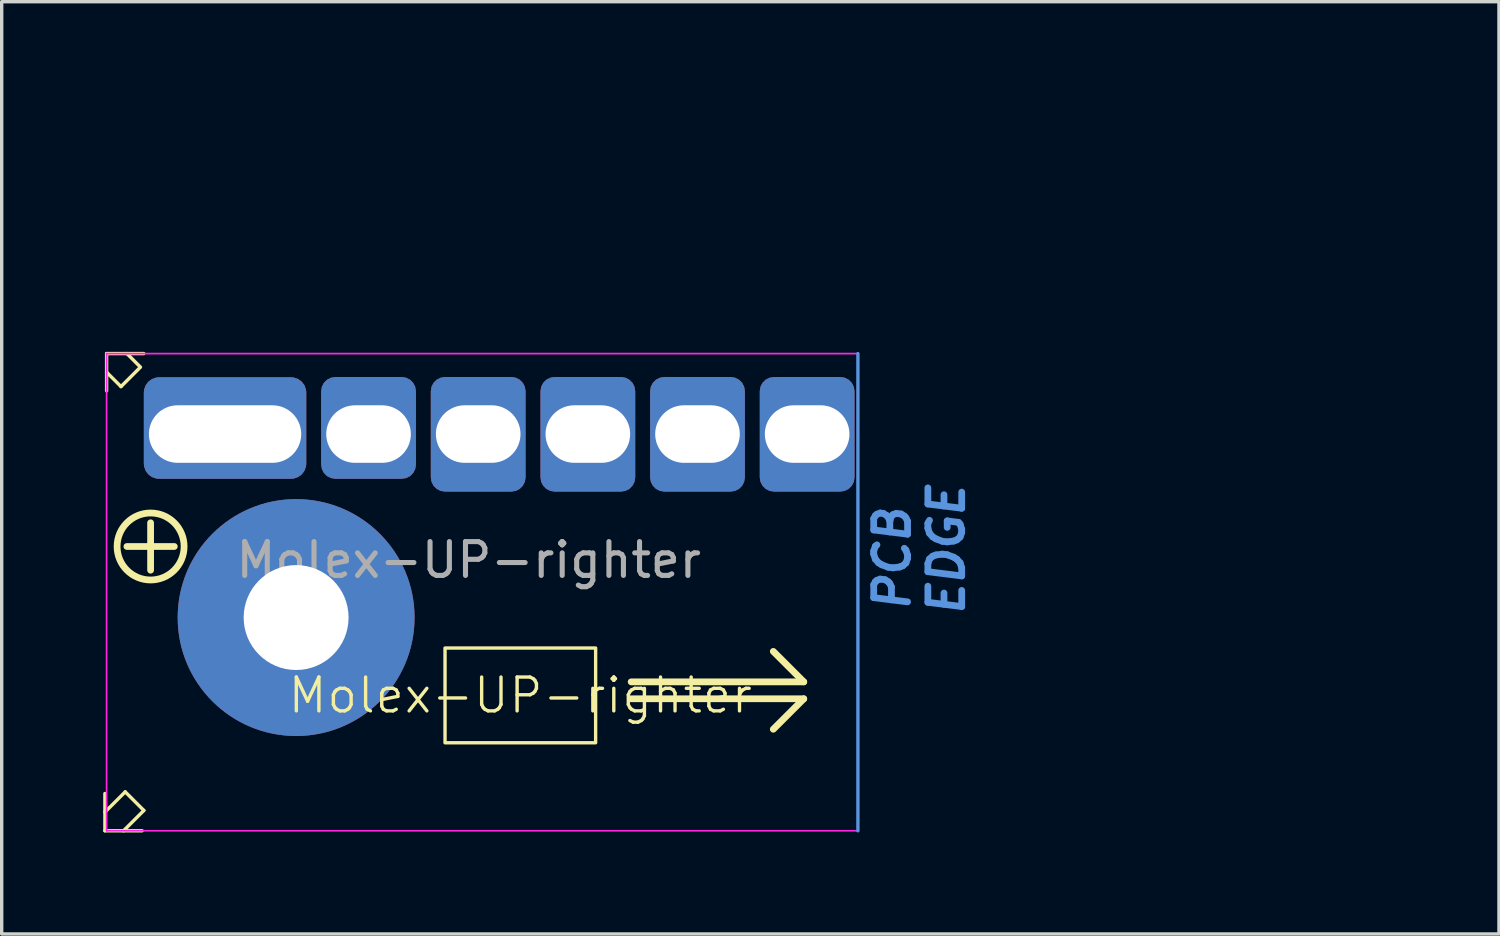
<source format=kicad_pcb>
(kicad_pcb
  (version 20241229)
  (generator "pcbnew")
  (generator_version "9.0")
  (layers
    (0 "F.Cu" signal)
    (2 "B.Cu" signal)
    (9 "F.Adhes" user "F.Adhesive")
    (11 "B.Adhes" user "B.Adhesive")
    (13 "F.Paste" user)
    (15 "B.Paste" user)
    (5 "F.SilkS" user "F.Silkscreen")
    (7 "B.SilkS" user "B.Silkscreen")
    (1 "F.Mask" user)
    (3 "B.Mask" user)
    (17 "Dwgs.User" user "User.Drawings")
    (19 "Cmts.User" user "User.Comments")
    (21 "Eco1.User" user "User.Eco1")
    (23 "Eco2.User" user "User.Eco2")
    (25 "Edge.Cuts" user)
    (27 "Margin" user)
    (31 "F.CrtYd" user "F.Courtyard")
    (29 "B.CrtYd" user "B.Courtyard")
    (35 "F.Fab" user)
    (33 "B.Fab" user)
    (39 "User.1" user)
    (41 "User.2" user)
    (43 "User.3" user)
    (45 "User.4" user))
  (footprint "Molex-UP-righter"
    (layer "F.Cu")
    (at 10.8 9.898)
    (property "Reference" "Molex-UP-righter" (at 1.525 7.6 0) (unlocked yes) (layer "F.SilkS") (effects (font (size 1 1) (thickness 0.1))))
    (attr smd)
    (fp_line (start -7.3 3.2) (end -6.5 4) (stroke (width 0.7) (type solid)) (layer "B.Mask"))
    (fp_line (start -7.2 7.5) (end -6.4 6.7) (stroke (width 0.7) (type solid)) (layer "B.Mask"))
    (fp_line (start -7.034 5.3) (end -8.166 5.3) (stroke (width 0.7) (type solid)) (layer "B.Mask"))
    (fp_line (start -5.1 3.366) (end -5.1 2.234) (stroke (width 0.7) (type solid)) (layer "B.Mask"))
    (fp_line (start -5 7.234) (end -5 8.366) (stroke (width 0.7) (type solid)) (layer "B.Mask"))
    (fp_line (start -3.7 4) (end -2.9 3.2) (stroke (width 0.7) (type solid)) (layer "B.Mask"))
    (fp_line (start -2.9 7.5) (end -3.7 6.7) (stroke (width 0.7) (type solid)) (layer "B.Mask"))
    (fp_line (start -2.034 5.3) (end -3.166 5.3) (stroke (width 0.7) (type solid)) (layer "B.Mask"))
    (fp_circle (center -5.1 5.3) (end -3.8 4) (stroke (width 0.5) (type solid)) (fill no) (layer "B.Mask"))
    (fp_line (start -10.75 10.5) (end -10.75 11.6) (stroke (width 0.1) (type default)) (layer "F.SilkS"))
    (fp_line (start -10.75 11.05) (end -10.15 10.45) (stroke (width 0.1) (type default)) (layer "F.SilkS"))
    (fp_line (start -10.75 11.6) (end -9.65 11.6) (stroke (width 0.1) (type default)) (layer "F.SilkS"))
    (fp_line (start -10.7 -2.5) (end -10.7 -1.4) (stroke (width 0.1) (type default)) (layer "F.SilkS"))
    (fp_line (start -10.7 -1.95) (end -10.275 -1.525) (stroke (width 0.1) (type default)) (layer "F.SilkS"))
    (fp_line (start -10.2 11.6) (end -9.6 11) (stroke (width 0.1) (type default)) (layer "F.SilkS"))
    (fp_line (start -10.15 10.45) (end -9.6 11) (stroke (width 0.1) (type default)) (layer "F.SilkS"))
    (fp_line (start -10.1 -2.5) (end -9.7 -2.1) (stroke (width 0.1) (type default)) (layer "F.SilkS"))
    (fp_line (start -9.725 -2.075) (end -10.275 -1.525) (stroke (width 0.1) (type default)) (layer "F.SilkS"))
    (fp_line (start -9.6 -2.5) (end -10.7 -2.5) (stroke (width 0.1) (type default)) (layer "F.SilkS"))
    (fp_line (start -9.4 3.9) (end -9.4 2.5) (stroke (width 0.2) (type solid)) (layer "F.SilkS"))
    (fp_line (start -8.7 3.2) (end -10.1 3.2) (stroke (width 0.2) (type solid)) (layer "F.SilkS"))
    (fp_line (start 4.8 7.2) (end 9.9 7.2) (stroke (width 0.2) (type solid)) (layer "F.SilkS"))
    (fp_line (start 4.8 7.7) (end 9.9 7.7) (stroke (width 0.2) (type solid)) (layer "F.SilkS"))
    (fp_line (start 9.9 7.2) (end 9 6.3) (stroke (width 0.2) (type solid)) (layer "F.SilkS"))
    (fp_line (start 9.9 7.7) (end 9 8.6) (stroke (width 0.2) (type solid)) (layer "F.SilkS"))
    (fp_rect (start -0.7 6.2) (end 3.75 9) (stroke (width 0.1) (type default)) (fill no) (layer "F.SilkS"))
    (fp_circle (center -9.4 3.2) (end -8.7 2.5) (stroke (width 0.2) (type solid)) (fill no) (layer "F.SilkS"))
    (fp_line (start 11.5 -2.5) (end 11.5 11.6) (stroke (width 0.1) (type solid)) (layer "Cmts.User"))
    (fp_line (start -10.7 -2.5) (end -10.7 11.6) (stroke (width 0.05) (type default)) (layer "F.CrtYd"))
    (fp_line (start -10.7 11.6) (end 11.5 11.6) (stroke (width 0.05) (type default)) (layer "F.CrtYd"))
    (fp_line (start 11.5 -2.5) (end -10.7 -2.5) (stroke (width 0.05) (type default)) (layer "F.CrtYd"))
    (fp_line (start 11.5 8.3) (end 11.5 -2.5) (stroke (width 0.05) (type default)) (layer "F.CrtYd"))
    (fp_line (start 11.5 11.6) (end 11.5 8.3) (stroke (width 0.05) (type default)) (layer "F.CrtYd"))
    (fp_text user "PCB" (at 13.1 5.2 90) (unlocked yes) (layer "Cmts.User") (effects (font (size 1 1) (thickness 0.2) (bold yes) (italic yes)) (justify left bottom)))
    (fp_text user " EDGE" (at 14.7 6.1 90) (unlocked yes) (layer "Cmts.User") (effects (font (size 1 1) (thickness 0.2) (bold yes) (italic yes)) (justify left bottom)))
    (fp_text user "${REFERENCE}" (at 0 3.6 0) (unlocked yes) (layer "F.Fab") (effects (font (size 1 1) (thickness 0.15))))
    (dimension (type orthogonal) (layer "User.1") (pts (xy 1.3 9.798) (xy 10.1 9.798)) (height -3.7) (orientation 0) (format (prefix "") (suffix "") (units 3) (units_format 0) (precision 4) (suppress_zeroes yes)) (style (thickness 0.1) (arrow_length 1.27) (text_position_mode 0) (arrow_direction outward) (extension_height 0.586) (extension_offset 0.5) (keep_text_aligned yes)) (gr_text "8.8" (at 5.7 4.948 0) (layer "User.1") (effects (font (size 1 1) (thickness 0.15)))))
    (dimension (type orthogonal) (layer "User.1") (pts (xy 10.1 9.798) (xy 11.3 9.798)) (height -3.707) (orientation 0) (format (prefix "") (suffix "") (units 3) (units_format 0) (precision 4) (suppress_zeroes yes)) (style (thickness 0.1) (arrow_length 0.4) (text_position_mode 2) (arrow_direction outward) (extension_height 0.586) (extension_offset 0.5) (keep_text_aligned yes)) (gr_text "1.2" (at 10.7 5.391 0) (layer "User.1") (effects (font (size 0.4 0.4) (thickness 0.15)))))
    (dimension (type orthogonal) (layer "User.1") (pts (xy 22.3 7.398) (xy 22.3 21.498)) (height 15.3) (orientation 1) (format (prefix "") (suffix "") (units 3) (units_format 0) (precision 4) (suppress_zeroes yes)) (style (thickness 0.1) (arrow_length 1.27) (text_position_mode 0) (arrow_direction outward) (extension_height 0.586) (extension_offset 0.5) (keep_text_aligned yes)) (gr_text "14.1" (at 36.45 14.448 90) (layer "User.1") (effects (font (size 1 1) (thickness 0.15)))))
    (dimension (type orthogonal) (layer "User.1") (pts (xy 0.1 7.398) (xy 22.3 7.398)) (height -5.4) (orientation 0) (format (prefix "") (suffix "") (units 3) (units_format 0) (precision 4) (suppress_zeroes yes)) (style (thickness 0.1) (arrow_length 1.27) (text_position_mode 0) (arrow_direction outward) (extension_height 0.586) (extension_offset 0.5) (keep_text_aligned yes)) (gr_text "22.2" (at 11.2 0.848 0) (layer "User.1") (effects (font (size 1 1) (thickness 0.15)))))
    (dimension (type orthogonal) (layer "User.1") (pts (xy 11.3 9.798) (xy 21.3 9.798)) (height -3.707) (orientation 0) (format (prefix "") (suffix "") (units 3) (units_format 0) (precision 4) (suppress_zeroes yes)) (style (thickness 0.1) (arrow_length 1.27) (text_position_mode 0) (arrow_direction outward) (extension_height 0.586) (extension_offset 0.5) (keep_text_aligned yes)) (gr_text "10" (at 16.3 4.941 0) (layer "User.1") (effects (font (size 1 1) (thickness 0.15)))))
    (pad "1" thru_hole roundrect (at -7.2 -0.122) (size 4.8 3) (drill oval 4.5 1.7 (offset 0 -0.178)) (layers "*.Cu" "*.Mask") (roundrect_rratio 0.15))
    (pad "2" thru_hole circle (at -5.1 5.3) (size 7 7) (drill 3.1) (layers "*.Cu" "F.Mask"))
    (pad "2" thru_hole roundrect (at -2.96 -0.122) (size 2.8 3.007) (drill oval 2.5 1.7 (offset 0 -0.182)) (layers "*.Cu" "*.Mask") (roundrect_rratio 0.15))
    (pad "3" thru_hole roundrect (at 0.28 -0.122) (size 2.8 3.386) (drill oval 2.5 1.7 (offset 0 0.007)) (layers "*.Cu" "*.Mask") (roundrect_rratio 0.15))
    (pad "4" thru_hole roundrect (at 3.52 -0.122) (size 2.8 3.386) (drill oval 2.5 1.7 (offset 0 0.007)) (layers "*.Cu" "*.Mask") (roundrect_rratio 0.15))
    (pad "5" thru_hole roundrect (at 6.76 -0.122) (size 2.8 3.386) (drill oval 2.5 1.7 (offset 0 0.007)) (layers "*.Cu" "*.Mask") (roundrect_rratio 0.15))
    (pad "6" thru_hole roundrect (at 10 -0.122) (size 2.8 3.386) (drill oval 2.5 1.7 (offset 0 0.007)) (layers "*.Cu" "*.Mask") (roundrect_rratio 0.15)))
  (gr_rect
    (start -3 -3)
    (end 41.242 24.548)
    (stroke (width 0.1) (type default))
    (fill no)
    (layer "Edge.Cuts")))
</source>
